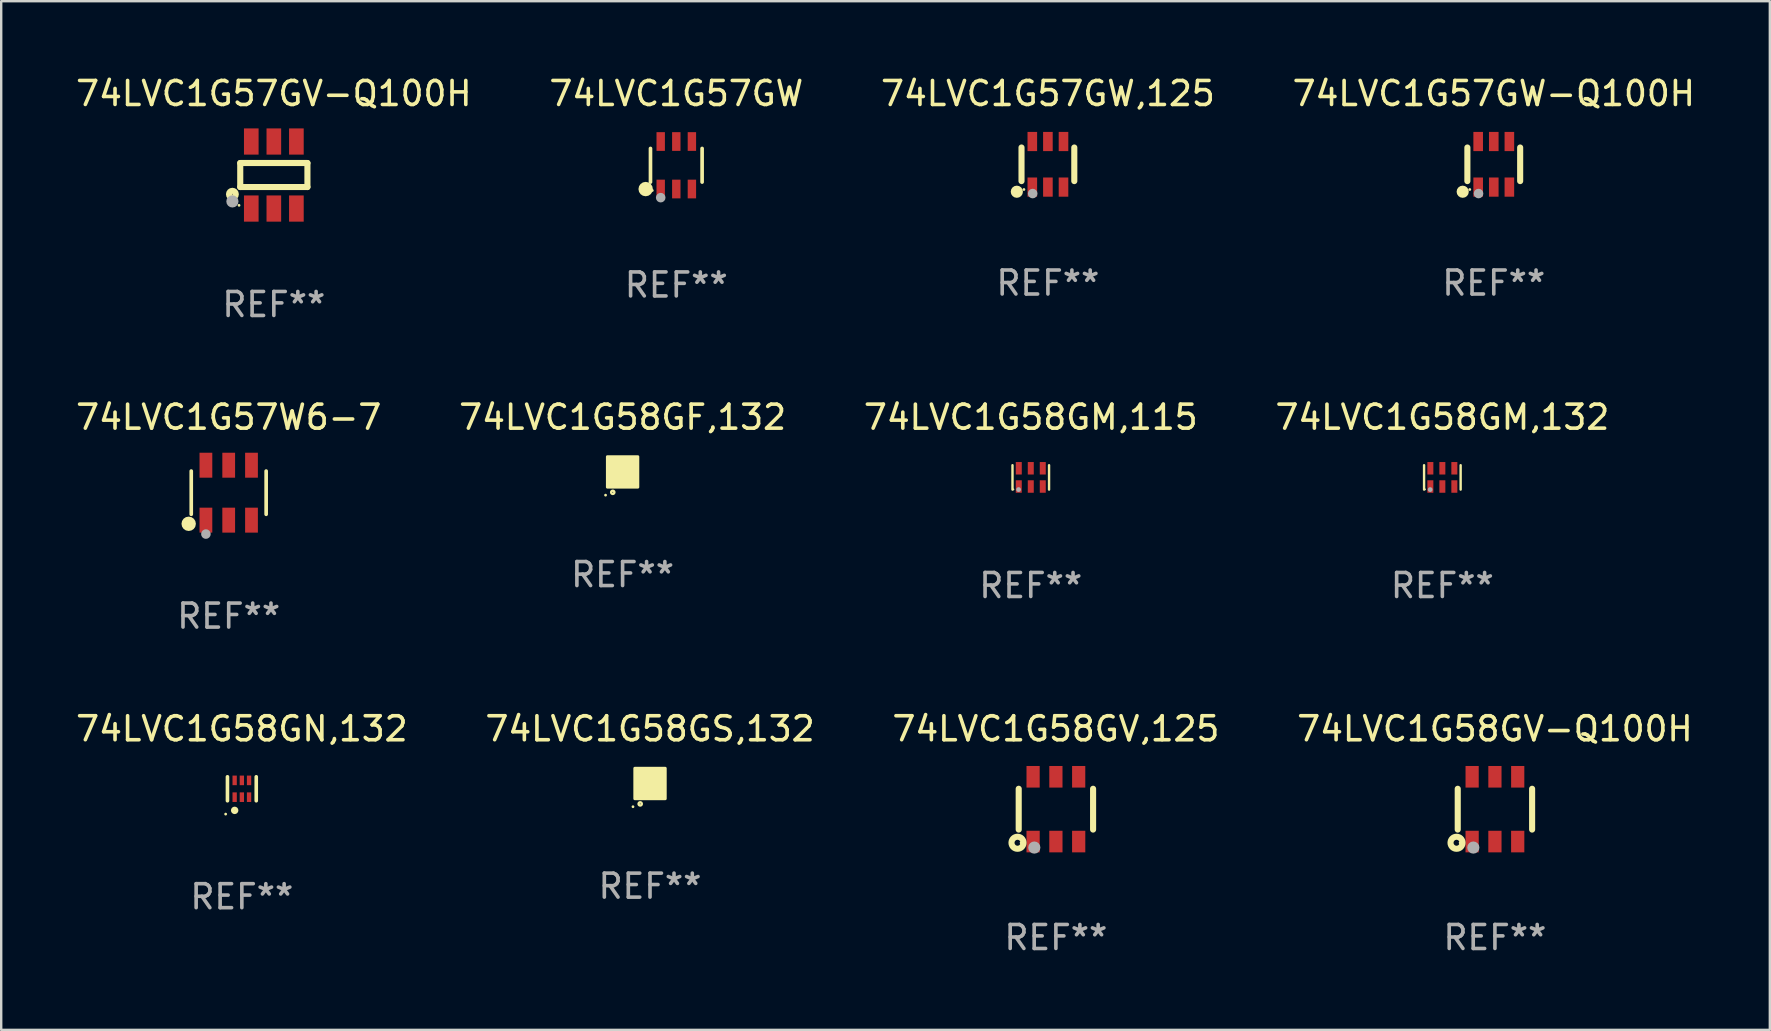
<source format=kicad_pcb>
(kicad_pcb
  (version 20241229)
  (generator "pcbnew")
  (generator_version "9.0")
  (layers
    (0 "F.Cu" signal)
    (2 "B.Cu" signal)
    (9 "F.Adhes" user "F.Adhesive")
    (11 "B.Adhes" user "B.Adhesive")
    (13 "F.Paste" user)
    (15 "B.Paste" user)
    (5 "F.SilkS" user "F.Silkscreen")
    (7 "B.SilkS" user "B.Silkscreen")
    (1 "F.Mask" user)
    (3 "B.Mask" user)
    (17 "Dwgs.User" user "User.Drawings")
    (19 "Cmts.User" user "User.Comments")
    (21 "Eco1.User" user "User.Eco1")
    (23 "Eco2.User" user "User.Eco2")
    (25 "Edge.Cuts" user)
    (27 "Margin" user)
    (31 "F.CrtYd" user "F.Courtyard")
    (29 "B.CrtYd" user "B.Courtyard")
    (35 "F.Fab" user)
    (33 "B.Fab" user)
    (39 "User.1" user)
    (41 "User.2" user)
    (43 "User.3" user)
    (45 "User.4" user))
  (footprint "74LVC1G57GW"
    (layer "F.Cu")
    (at 25.137 3.838)
    (property "Reference" "74LVC1G57GW" (at 0 -2.99 0) (layer "F.SilkS") (effects (font (size 1 1) (thickness 0.15))))
    (attr through_hole)
    (fp_line (start -1.076 0.701) (end -1.076 -0.701) (stroke (width 0.152) (type solid)) (layer "F.SilkS"))
    (fp_line (start 1.076 0.701) (end 1.076 -0.701) (stroke (width 0.152) (type solid)) (layer "F.SilkS"))
    (fp_circle (center -1.277 0.992) (end -1.127 0.992) (stroke (width 0.3) (type solid)) (fill no) (layer "F.SilkS"))
    (fp_circle (center -1 1.05) (end -0.97 1.05) (stroke (width 0.06) (type solid)) (fill no) (layer "F.SilkS"))
    (fp_circle (center -0.65 1.35) (end -0.55 1.35) (stroke (width 0.2) (type solid)) (fill no) (layer "F.Fab"))
    (fp_text user "REF**" (at 0 4.99 0) (layer "F.Fab") (effects (font (size 1 1) (thickness 0.15))))
    (pad "1" smd rect (at -0.65 0.99) (size 0.35 0.78) (layers "F.Cu" "F.Mask" "F.Paste"))
    (pad "2" smd rect (at 0 0.99) (size 0.35 0.78) (layers "F.Cu" "F.Mask" "F.Paste"))
    (pad "3" smd rect (at 0.65 0.99) (size 0.35 0.78) (layers "F.Cu" "F.Mask" "F.Paste"))
    (pad "4" smd rect (at 0.65 -0.99) (size 0.35 0.78) (layers "F.Cu" "F.Mask" "F.Paste"))
    (pad "5" smd rect (at 0 -0.99) (size 0.35 0.78) (layers "F.Cu" "F.Mask" "F.Paste"))
    (pad "6" smd rect (at -0.65 -0.99) (size 0.35 0.78) (layers "F.Cu" "F.Mask" "F.Paste")))
  (footprint "74LVC1G57GW-Q100H"
    (layer "F.Cu")
    (at 59.208 3.798)
    (property "Reference" "74LVC1G57GW-Q100H" (at 0 -2.95 0) (layer "F.SilkS") (effects (font (size 1 1) (thickness 0.15))))
    (attr through_hole)
    (fp_line (start -1.1 -0.7) (end -1.1 0.7) (stroke (width 0.254) (type solid)) (layer "F.SilkS"))
    (fp_line (start 1.1 -0.7) (end 1.1 0.7) (stroke (width 0.254) (type solid)) (layer "F.SilkS"))
    (fp_circle (center -1.295 1.143) (end -1.168 1.143) (stroke (width 0.254) (type solid)) (fill no) (layer "F.SilkS"))
    (fp_circle (center -1 1.05) (end -0.97 1.05) (stroke (width 0.06) (type solid)) (fill no) (layer "F.SilkS"))
    (fp_circle (center -0.635 1.219) (end -0.535 1.219) (stroke (width 0.2) (type solid)) (fill no) (layer "F.Fab"))
    (fp_text user "REF**" (at 0 4.95 0) (layer "F.Fab") (effects (font (size 1 1) (thickness 0.15))))
    (pad "1" smd rect (at -0.65 0.95) (size 0.4 0.8) (layers "F.Cu" "F.Mask" "F.Paste"))
    (pad "2" smd rect (at 0 0.95) (size 0.4 0.8) (layers "F.Cu" "F.Mask" "F.Paste"))
    (pad "3" smd rect (at 0.65 0.95) (size 0.4 0.8) (layers "F.Cu" "F.Mask" "F.Paste"))
    (pad "4" smd rect (at 0.65 -0.95) (size 0.4 0.8) (layers "F.Cu" "F.Mask" "F.Paste"))
    (pad "5" smd rect (at 0 -0.95) (size 0.4 0.8) (layers "F.Cu" "F.Mask" "F.Paste"))
    (pad "6" smd rect (at -0.65 -0.95) (size 0.4 0.8) (layers "F.Cu" "F.Mask" "F.Paste")))
  (footprint "74LVC1G58GM,115"
    (layer "F.Cu")
    (at 39.911 16.847)
    (property "Reference" "74LVC1G58GM,115" (at 0 -2.508 0) (layer "F.SilkS") (effects (font (size 1 1) (thickness 0.15))))
    (attr through_hole)
    (fp_line (start -0.762 -0.508) (end -0.762 0.508) (stroke (width 0.1) (type solid)) (layer "F.SilkS"))
    (fp_line (start 0.762 -0.508) (end 0.762 0.508) (stroke (width 0.1) (type solid)) (layer "F.SilkS"))
    (fp_circle (center -0.725 0.5) (end -0.705 0.5) (stroke (width 0.04) (type solid)) (fill no) (layer "F.SilkS"))
    (fp_circle (center -0.508 0.508) (end -0.458 0.508) (stroke (width 0.1) (type solid)) (fill no) (layer "F.Fab"))
    (fp_text user "REF**" (at 0 4.508 0) (layer "F.Fab") (effects (font (size 1 1) (thickness 0.15))))
    (pad "1" smd rect (at -0.5 0.38) (size 0.25 0.52) (layers "F.Cu" "F.Mask" "F.Paste"))
    (pad "2" smd rect (at -0.000127 0.38) (size 0.25 0.52) (layers "F.Cu" "F.Mask" "F.Paste"))
    (pad "3" smd rect (at 0.5 0.38) (size 0.25 0.52) (layers "F.Cu" "F.Mask" "F.Paste"))
    (pad "4" smd rect (at 0.5 -0.38 180) (size 0.25 0.52) (layers "F.Cu" "F.Mask" "F.Paste"))
    (pad "5" smd rect (at -0.000127 -0.38 180) (size 0.25 0.52) (layers "F.Cu" "F.Mask" "F.Paste"))
    (pad "6" smd rect (at -0.5 -0.38 180) (size 0.25 0.52) (layers "F.Cu" "F.Mask" "F.Paste")))
  (footprint "74LVC1G58GV-Q100H"
    (layer "F.Cu")
    (at 59.256 30.675)
    (property "Reference" "74LVC1G58GV-Q100H" (at 0 -3.35 0) (layer "F.SilkS") (effects (font (size 1 1) (thickness 0.15))))
    (attr through_hole)
    (fp_line (start -1.55 0.85) (end -1.55 -0.85) (stroke (width 0.254) (type solid)) (layer "F.SilkS"))
    (fp_line (start 1.55 -0.85) (end 1.55 0.85) (stroke (width 0.254) (type solid)) (layer "F.SilkS"))
    (fp_circle (center -1.6 1.4) (end -1.476 1.4) (stroke (width 0.254) (type solid)) (fill no) (layer "F.SilkS"))
    (fp_circle (center -1.45 1.4) (end -1.42 1.4) (stroke (width 0.06) (type solid)) (fill no) (layer "F.SilkS"))
    (fp_circle (center -0.9 1.6) (end -0.773 1.6) (stroke (width 0.254) (type solid)) (fill no) (layer "F.Fab"))
    (fp_text user "REF**" (at 0 5.35 0) (layer "F.Fab") (effects (font (size 1 1) (thickness 0.15))))
    (pad "1" smd rect (at -0.95 1.35) (size 0.551 0.9) (layers "F.Cu" "F.Mask" "F.Paste"))
    (pad "2" smd rect (at 0.000127 1.35) (size 0.551 0.9) (layers "F.Cu" "F.Mask" "F.Paste"))
    (pad "3" smd rect (at 0.95 1.35) (size 0.551 0.9) (layers "F.Cu" "F.Mask" "F.Paste"))
    (pad "4" smd rect (at 0.95 -1.35) (size 0.55 0.9) (layers "F.Cu" "F.Mask" "F.Paste"))
    (pad "5" smd rect (at 0.000127 -1.35) (size 0.55 0.9) (layers "F.Cu" "F.Mask" "F.Paste"))
    (pad "6" smd rect (at -0.95 -1.35) (size 0.55 0.9) (layers "F.Cu" "F.Mask" "F.Paste")))
  (footprint "74LVC1G58GS,132"
    (layer "F.Cu")
    (at 24.042 29.605)
    (property "Reference" "74LVC1G58GS,132" (at 0 -2.28 0) (layer "F.SilkS") (effects (font (size 1 1) (thickness 0.15))))
    (attr through_hole)
    (fp_circle (center -0.71 0.968) (end -0.68 0.968) (stroke (width 0.06) (type solid)) (fill no) (layer "F.SilkS"))
    (fp_circle (center -0.41 0.85) (end -0.342 0.85) (stroke (width 0.1) (type solid)) (fill no) (layer "F.SilkS"))
    (fp_poly (pts (xy -0.635 -0.635) (xy 0.635 -0.635) (xy 0.635 0.635) (xy -0.635 0.635)) (stroke (width 0.12) (type solid)) (fill yes) (layer "F.SilkS"))
    (fp_text user "REF**" (at 0 4.28 0) (layer "F.Fab") (effects (font (size 1 1) (thickness 0.15))))
    (pad "1" smd rect (at -0.35 0.28 90) (size 0.35 0.2) (layers "F.Cu" "F.Mask" "F.Paste"))
    (pad "2" smd rect (at 0 0.28 90) (size 0.35 0.2) (layers "F.Cu" "F.Mask" "F.Paste"))
    (pad "3" smd rect (at 0.35 0.28 90) (size 0.35 0.2) (layers "F.Cu" "F.Mask" "F.Paste"))
    (pad "4" smd rect (at 0.35 -0.28 90) (size 0.35 0.2) (layers "F.Cu" "F.Mask" "F.Paste"))
    (pad "5" smd rect (at 0 -0.28 90) (size 0.35 0.2) (layers "F.Cu" "F.Mask" "F.Paste"))
    (pad "6" smd rect (at -0.35 -0.28 90) (size 0.35 0.2) (layers "F.Cu" "F.Mask" "F.Paste")))
  (footprint "74LVC1G58GV,125"
    (layer "F.Cu")
    (at 40.958 30.675)
    (property "Reference" "74LVC1G58GV,125" (at 0 -3.35 0) (layer "F.SilkS") (effects (font (size 1 1) (thickness 0.15))))
    (attr through_hole)
    (fp_line (start -1.55 0.85) (end -1.55 -0.85) (stroke (width 0.254) (type solid)) (layer "F.SilkS"))
    (fp_line (start 1.55 -0.85) (end 1.55 0.85) (stroke (width 0.254) (type solid)) (layer "F.SilkS"))
    (fp_circle (center -1.6 1.4) (end -1.476 1.4) (stroke (width 0.254) (type solid)) (fill no) (layer "F.SilkS"))
    (fp_circle (center -1.45 1.4) (end -1.42 1.4) (stroke (width 0.06) (type solid)) (fill no) (layer "F.SilkS"))
    (fp_circle (center -0.9 1.6) (end -0.773 1.6) (stroke (width 0.254) (type solid)) (fill no) (layer "F.Fab"))
    (fp_text user "REF**" (at 0 5.35 0) (layer "F.Fab") (effects (font (size 1 1) (thickness 0.15))))
    (pad "1" smd rect (at -0.95 1.35) (size 0.551 0.9) (layers "F.Cu" "F.Mask" "F.Paste"))
    (pad "2" smd rect (at 0.000127 1.35) (size 0.551 0.9) (layers "F.Cu" "F.Mask" "F.Paste"))
    (pad "3" smd rect (at 0.95 1.35) (size 0.551 0.9) (layers "F.Cu" "F.Mask" "F.Paste"))
    (pad "4" smd rect (at 0.95 -1.35) (size 0.55 0.9) (layers "F.Cu" "F.Mask" "F.Paste"))
    (pad "5" smd rect (at 0.000127 -1.35) (size 0.55 0.9) (layers "F.Cu" "F.Mask" "F.Paste"))
    (pad "6" smd rect (at -0.95 -1.35) (size 0.55 0.9) (layers "F.Cu" "F.Mask" "F.Paste")))
  (footprint "74LVC1G58GN,132"
    (layer "F.Cu")
    (at 7.03 29.825)
    (property "Reference" "74LVC1G58GN,132" (at 0 -2.5 0) (layer "F.SilkS") (effects (font (size 1 1) (thickness 0.15))))
    (attr through_hole)
    (fp_line (start -0.6 -0.5) (end -0.6 0.5) (stroke (width 0.15) (type solid)) (layer "F.SilkS"))
    (fp_line (start 0.6 0.5) (end 0.6 -0.5) (stroke (width 0.15) (type solid)) (layer "F.SilkS"))
    (fp_circle (center -0.675 1.055) (end -0.645 1.055) (stroke (width 0.06) (type solid)) (fill no) (layer "F.SilkS"))
    (fp_circle (center -0.3 0.9) (end -0.22 0.9) (stroke (width 0.15) (type solid)) (fill no) (layer "F.SilkS"))
    (fp_text user "REF**" (at 0 4.5 0) (layer "F.Fab") (effects (font (size 1 1) (thickness 0.15))))
    (pad "1" smd rect (at -0.3 0.35) (size 0.18 0.4) (layers "F.Cu" "F.Mask" "F.Paste"))
    (pad "2" smd rect (at 0.000025 0.35) (size 0.18 0.4) (layers "F.Cu" "F.Mask" "F.Paste"))
    (pad "3" smd rect (at 0.3 0.35) (size 0.18 0.4) (layers "F.Cu" "F.Mask" "F.Paste"))
    (pad "4" smd rect (at 0.3 -0.35) (size 0.18 0.4) (layers "F.Cu" "F.Mask" "F.Paste"))
    (pad "5" smd rect (at 0.000025 -0.35) (size 0.18 0.4) (layers "F.Cu" "F.Mask" "F.Paste"))
    (pad "6" smd rect (at -0.3 -0.35) (size 0.18 0.4) (layers "F.Cu" "F.Mask" "F.Paste")))
  (footprint "74LVC1G58GF,132"
    (layer "F.Cu")
    (at 22.899 16.619)
    (property "Reference" "74LVC1G58GF,132" (at 0 -2.28 0) (layer "F.SilkS") (effects (font (size 1 1) (thickness 0.15))))
    (attr through_hole)
    (fp_circle (center -0.71 0.968) (end -0.68 0.968) (stroke (width 0.06) (type solid)) (fill no) (layer "F.SilkS"))
    (fp_circle (center -0.41 0.85) (end -0.342 0.85) (stroke (width 0.1) (type solid)) (fill no) (layer "F.SilkS"))
    (fp_poly (pts (xy -0.635 -0.635) (xy 0.635 -0.635) (xy 0.635 0.635) (xy -0.635 0.635)) (stroke (width 0.12) (type solid)) (fill yes) (layer "F.SilkS"))
    (fp_text user "REF**" (at 0 4.28 0) (layer "F.Fab") (effects (font (size 1 1) (thickness 0.15))))
    (pad "1" smd rect (at -0.35 0.28 90) (size 0.35 0.2) (layers "F.Cu" "F.Mask" "F.Paste"))
    (pad "2" smd rect (at 0 0.28 90) (size 0.35 0.2) (layers "F.Cu" "F.Mask" "F.Paste"))
    (pad "3" smd rect (at 0.35 0.28 90) (size 0.35 0.2) (layers "F.Cu" "F.Mask" "F.Paste"))
    (pad "4" smd rect (at 0.35 -0.28 90) (size 0.35 0.2) (layers "F.Cu" "F.Mask" "F.Paste"))
    (pad "5" smd rect (at 0 -0.28 90) (size 0.35 0.2) (layers "F.Cu" "F.Mask" "F.Paste"))
    (pad "6" smd rect (at -0.35 -0.28 90) (size 0.35 0.2) (layers "F.Cu" "F.Mask" "F.Paste")))
  (footprint "74LVC1G57GW,125"
    (layer "F.Cu")
    (at 40.625 3.798)
    (property "Reference" "74LVC1G57GW,125" (at 0 -2.95 0) (layer "F.SilkS") (effects (font (size 1 1) (thickness 0.15))))
    (attr through_hole)
    (fp_line (start -1.1 -0.7) (end -1.1 0.7) (stroke (width 0.254) (type solid)) (layer "F.SilkS"))
    (fp_line (start 1.1 -0.7) (end 1.1 0.7) (stroke (width 0.254) (type solid)) (layer "F.SilkS"))
    (fp_circle (center -1.295 1.143) (end -1.168 1.143) (stroke (width 0.254) (type solid)) (fill no) (layer "F.SilkS"))
    (fp_circle (center -1 1.05) (end -0.97 1.05) (stroke (width 0.06) (type solid)) (fill no) (layer "F.SilkS"))
    (fp_circle (center -0.635 1.219) (end -0.535 1.219) (stroke (width 0.2) (type solid)) (fill no) (layer "F.Fab"))
    (fp_text user "REF**" (at 0 4.95 0) (layer "F.Fab") (effects (font (size 1 1) (thickness 0.15))))
    (pad "1" smd rect (at -0.65 0.95) (size 0.4 0.8) (layers "F.Cu" "F.Mask" "F.Paste"))
    (pad "2" smd rect (at 0 0.95) (size 0.4 0.8) (layers "F.Cu" "F.Mask" "F.Paste"))
    (pad "3" smd rect (at 0.65 0.95) (size 0.4 0.8) (layers "F.Cu" "F.Mask" "F.Paste"))
    (pad "4" smd rect (at 0.65 -0.95) (size 0.4 0.8) (layers "F.Cu" "F.Mask" "F.Paste"))
    (pad "5" smd rect (at 0 -0.95) (size 0.4 0.8) (layers "F.Cu" "F.Mask" "F.Paste"))
    (pad "6" smd rect (at -0.65 -0.95) (size 0.4 0.8) (layers "F.Cu" "F.Mask" "F.Paste")))
  (footprint "74LVC1G57GV-Q100H"
    (layer "F.Cu")
    (at 8.363 4.245)
    (property "Reference" "74LVC1G57GV-Q100H" (at 0 -3.397 0) (layer "F.SilkS") (effects (font (size 1 1) (thickness 0.15))))
    (attr through_hole)
    (fp_line (start -1.4 -0.501) (end -1.4 0.5) (stroke (width 0.254) (type solid)) (layer "F.SilkS"))
    (fp_line (start -1.4 0.5) (end 1.4 0.5) (stroke (width 0.254) (type solid)) (layer "F.SilkS"))
    (fp_line (start 1.4 -0.501) (end -1.4 -0.501) (stroke (width 0.254) (type solid)) (layer "F.SilkS"))
    (fp_line (start 1.4 0.5) (end 1.4 -0.501) (stroke (width 0.254) (type solid)) (layer "F.SilkS"))
    (fp_circle (center -1.727 0.8) (end -1.585 0.8) (stroke (width 0.254) (type solid)) (fill no) (layer "F.SilkS"))
    (fp_circle (center -1.45 1.263) (end -1.42 1.263) (stroke (width 0.06) (type solid)) (fill no) (layer "F.SilkS"))
    (fp_circle (center -1.727 1.1) (end -1.6 1.1) (stroke (width 0.254) (type solid)) (fill no) (layer "F.Fab"))
    (fp_text user "REF**" (at 0 5.397 0) (layer "F.Fab") (effects (font (size 1 1) (thickness 0.15))))
    (pad "1" smd rect (at -0.94 1.397 180) (size 0.61 1.092) (layers "F.Cu" "F.Mask" "F.Paste"))
    (pad "2" smd rect (at 0.000127 1.397 180) (size 0.61 1.092) (layers "F.Cu" "F.Mask" "F.Paste"))
    (pad "3" smd rect (at 0.94 1.397 180) (size 0.61 1.092) (layers "F.Cu" "F.Mask" "F.Paste"))
    (pad "4" smd rect (at 0.94 -1.397 180) (size 0.61 1.092) (layers "F.Cu" "F.Mask" "F.Paste"))
    (pad "5" smd rect (at 0.000127 -1.397 180) (size 0.61 1.092) (layers "F.Cu" "F.Mask" "F.Paste"))
    (pad "6" smd rect (at -0.94 -1.397 180) (size 0.61 1.092) (layers "F.Cu" "F.Mask" "F.Paste")))
  (footprint "74LVC1G58GM,132"
    (layer "F.Cu")
    (at 57.065 16.847)
    (property "Reference" "74LVC1G58GM,132" (at 0 -2.508 0) (layer "F.SilkS") (effects (font (size 1 1) (thickness 0.15))))
    (attr through_hole)
    (fp_line (start -0.762 -0.508) (end -0.762 0.508) (stroke (width 0.1) (type solid)) (layer "F.SilkS"))
    (fp_line (start 0.762 -0.508) (end 0.762 0.508) (stroke (width 0.1) (type solid)) (layer "F.SilkS"))
    (fp_circle (center -0.725 0.5) (end -0.705 0.5) (stroke (width 0.04) (type solid)) (fill no) (layer "F.SilkS"))
    (fp_circle (center -0.508 0.508) (end -0.458 0.508) (stroke (width 0.1) (type solid)) (fill no) (layer "F.Fab"))
    (fp_text user "REF**" (at 0 4.508 0) (layer "F.Fab") (effects (font (size 1 1) (thickness 0.15))))
    (pad "1" smd rect (at -0.5 0.38) (size 0.25 0.52) (layers "F.Cu" "F.Mask" "F.Paste"))
    (pad "2" smd rect (at -0.000127 0.38) (size 0.25 0.52) (layers "F.Cu" "F.Mask" "F.Paste"))
    (pad "3" smd rect (at 0.5 0.38) (size 0.25 0.52) (layers "F.Cu" "F.Mask" "F.Paste"))
    (pad "4" smd rect (at 0.5 -0.38 180) (size 0.25 0.52) (layers "F.Cu" "F.Mask" "F.Paste"))
    (pad "5" smd rect (at -0.000127 -0.38 180) (size 0.25 0.52) (layers "F.Cu" "F.Mask" "F.Paste"))
    (pad "6" smd rect (at -0.5 -0.38 180) (size 0.25 0.52) (layers "F.Cu" "F.Mask" "F.Paste")))
  (footprint "74LVC1G57W6-7"
    (layer "F.Cu")
    (at 6.482 17.484)
    (property "Reference" "74LVC1G57W6-7" (at 0 -3.145 0) (layer "F.SilkS") (effects (font (size 1 1) (thickness 0.15))))
    (attr through_hole)
    (fp_line (start -1.561 0.901) (end -1.561 -0.901) (stroke (width 0.152) (type solid)) (layer "F.SilkS"))
    (fp_line (start 1.561 0.901) (end 1.561 -0.901) (stroke (width 0.152) (type solid)) (layer "F.SilkS"))
    (fp_circle (center -1.668 1.297) (end -1.518 1.297) (stroke (width 0.3) (type solid)) (fill no) (layer "F.SilkS"))
    (fp_circle (center -1.485 1.425) (end -1.455 1.425) (stroke (width 0.06) (type solid)) (fill no) (layer "F.SilkS"))
    (fp_circle (center -0.95 1.725) (end -0.85 1.725) (stroke (width 0.2) (type solid)) (fill no) (layer "F.Fab"))
    (fp_text user "REF**" (at 0 5.145 0) (layer "F.Fab") (effects (font (size 1 1) (thickness 0.15))))
    (pad "1" smd rect (at -0.95 1.145) (size 0.532 1.04) (layers "F.Cu" "F.Mask" "F.Paste"))
    (pad "2" smd rect (at 0 1.145) (size 0.532 1.04) (layers "F.Cu" "F.Mask" "F.Paste"))
    (pad "3" smd rect (at 0.95 1.145) (size 0.532 1.04) (layers "F.Cu" "F.Mask" "F.Paste"))
    (pad "4" smd rect (at 0.95 -1.145) (size 0.532 1.04) (layers "F.Cu" "F.Mask" "F.Paste"))
    (pad "5" smd rect (at 0 -1.145) (size 0.532 1.04) (layers "F.Cu" "F.Mask" "F.Paste"))
    (pad "6" smd rect (at -0.95 -1.145) (size 0.532 1.04) (layers "F.Cu" "F.Mask" "F.Paste")))
  (gr_rect
    (start -3 -3)
    (end 70.714 39.874)
    (stroke (width 0.1) (type default))
    (fill no)
    (layer "Edge.Cuts")))
</source>
